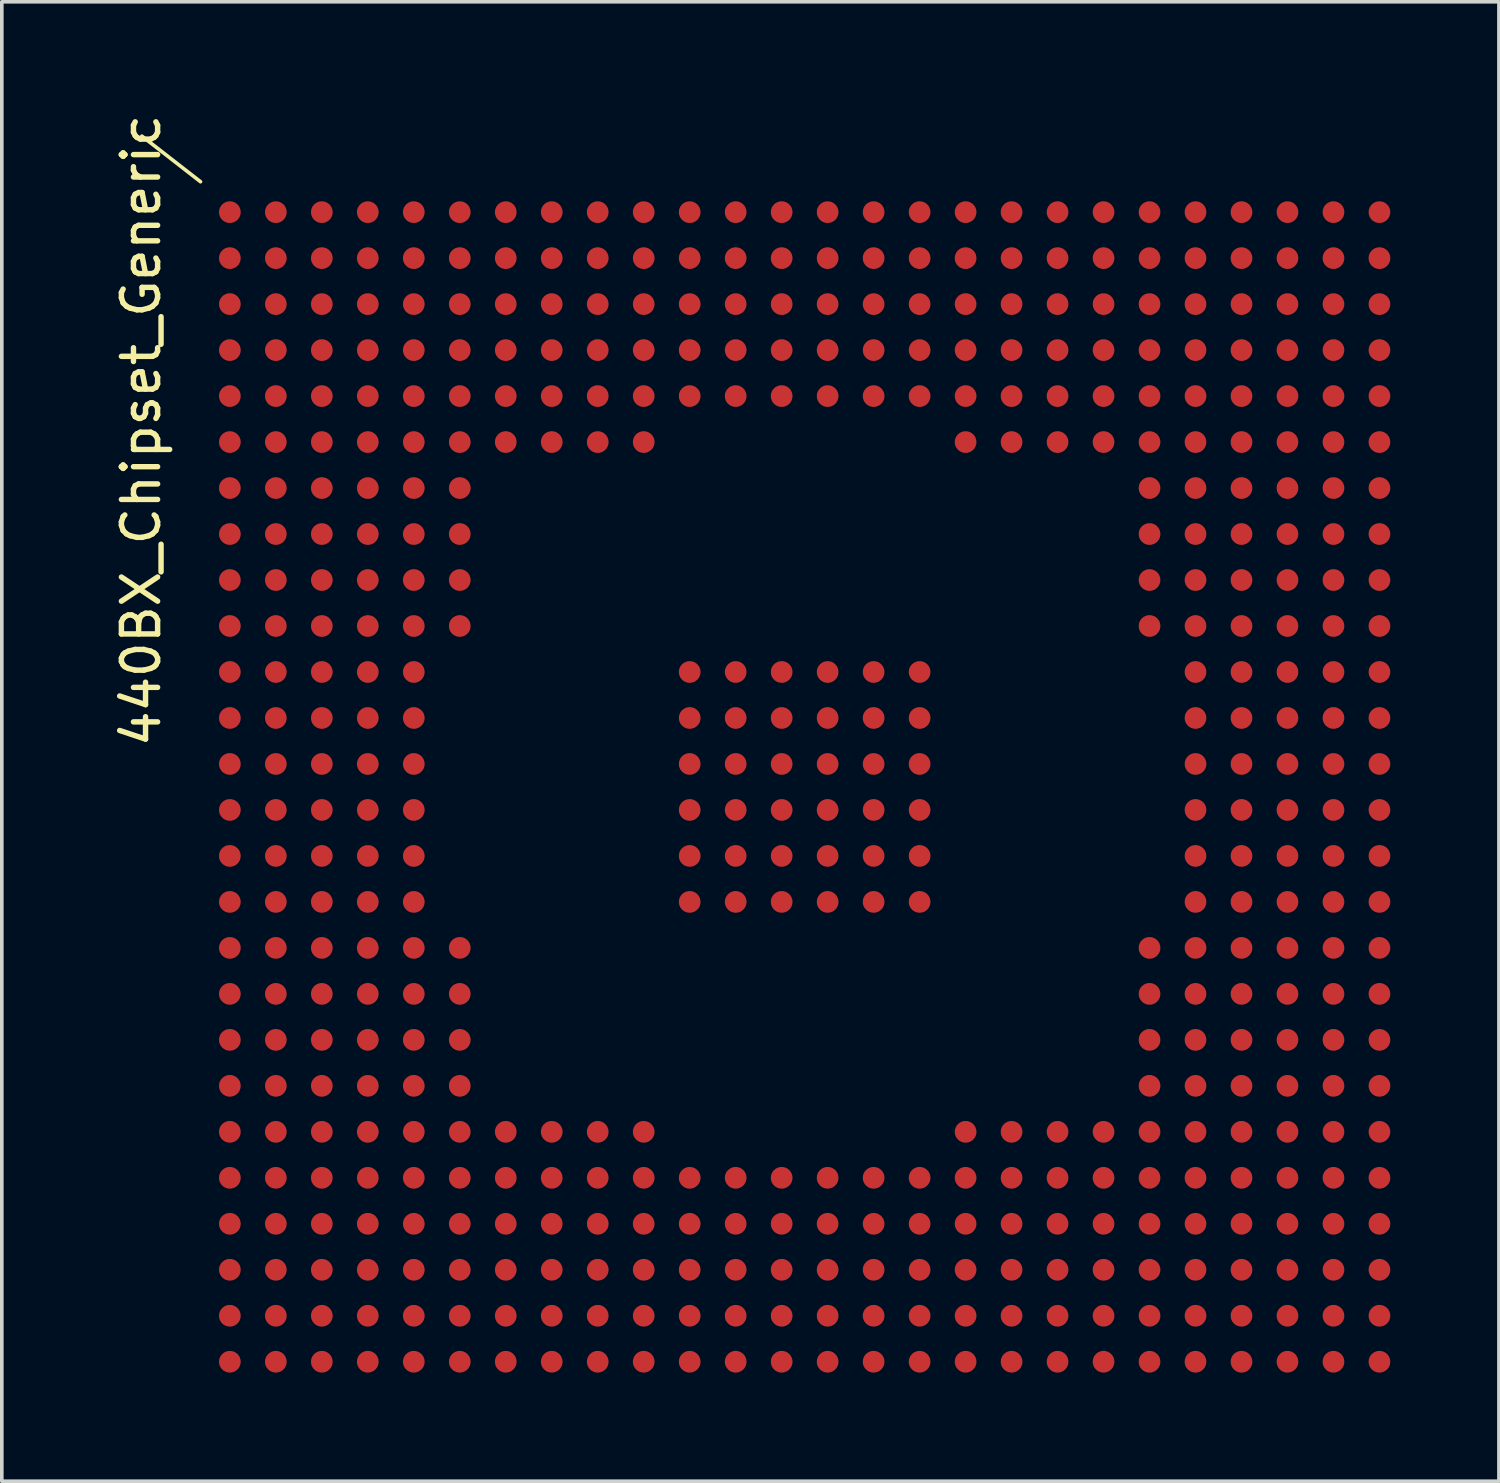
<source format=kicad_pcb>
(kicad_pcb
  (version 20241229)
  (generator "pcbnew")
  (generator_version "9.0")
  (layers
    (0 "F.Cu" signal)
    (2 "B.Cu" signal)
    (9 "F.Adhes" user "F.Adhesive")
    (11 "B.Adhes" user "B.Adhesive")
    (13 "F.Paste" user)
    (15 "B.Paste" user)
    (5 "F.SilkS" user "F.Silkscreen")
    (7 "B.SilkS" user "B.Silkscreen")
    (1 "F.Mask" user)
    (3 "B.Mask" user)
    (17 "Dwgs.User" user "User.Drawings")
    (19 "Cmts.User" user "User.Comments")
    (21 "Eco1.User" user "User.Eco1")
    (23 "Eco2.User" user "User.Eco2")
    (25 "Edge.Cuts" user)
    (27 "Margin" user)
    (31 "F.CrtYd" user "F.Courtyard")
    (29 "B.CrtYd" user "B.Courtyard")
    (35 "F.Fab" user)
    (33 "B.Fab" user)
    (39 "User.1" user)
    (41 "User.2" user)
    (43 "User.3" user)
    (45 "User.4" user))
  (footprint "440BX_Chipset_Generic"
    (layer "F.Cu")
    (at 2.938 3.289)
    (property "Reference" "440BX_Chipset_Generic" (at -2.09 5.55 270) (layer "F.SilkS") (effects (font (size 1 1) (thickness 0.15))))
    (attr through_hole)
    (fp_line (start -0.45 -1.32) (end -2.07 -2.58) (stroke (width 0.1) (type default)) (layer "F.SilkS"))
    (pad "A1" smd circle (at 0.36 -0.48 270) (size 0.6 0.6) (property pad_prop_bga) (layers "F.Cu" "F.Mask" "F.Paste"))
    (pad "A2" smd circle (at 1.63 -0.48 270) (size 0.6 0.6) (property pad_prop_bga) (layers "F.Cu" "F.Mask" "F.Paste"))
    (pad "A3" smd circle (at 2.9 -0.48 270) (size 0.6 0.6) (property pad_prop_bga) (layers "F.Cu" "F.Mask" "F.Paste"))
    (pad "A4" smd circle (at 4.17 -0.48 270) (size 0.6 0.6) (property pad_prop_bga) (layers "F.Cu" "F.Mask" "F.Paste"))
    (pad "A5" smd circle (at 5.44 -0.48 270) (size 0.6 0.6) (property pad_prop_bga) (layers "F.Cu" "F.Mask" "F.Paste"))
    (pad "A6" smd circle (at 6.71 -0.48 270) (size 0.6 0.6) (property pad_prop_bga) (layers "F.Cu" "F.Mask" "F.Paste"))
    (pad "A7" smd circle (at 7.98 -0.48 270) (size 0.6 0.6) (property pad_prop_bga) (layers "F.Cu" "F.Mask" "F.Paste"))
    (pad "A8" smd circle (at 9.25 -0.48 270) (size 0.6 0.6) (property pad_prop_bga) (layers "F.Cu" "F.Mask" "F.Paste"))
    (pad "A9" smd circle (at 10.52 -0.48 270) (size 0.6 0.6) (property pad_prop_bga) (layers "F.Cu" "F.Mask" "F.Paste"))
    (pad "A10" smd circle (at 11.79 -0.48 270) (size 0.6 0.6) (property pad_prop_bga) (layers "F.Cu" "F.Mask" "F.Paste"))
    (pad "A11" smd circle (at 13.06 -0.48 270) (size 0.6 0.6) (property pad_prop_bga) (layers "F.Cu" "F.Mask" "F.Paste"))
    (pad "A12" smd circle (at 14.33 -0.48 270) (size 0.6 0.6) (property pad_prop_bga) (layers "F.Cu" "F.Mask" "F.Paste"))
    (pad "A13" smd circle (at 15.6 -0.48 270) (size 0.6 0.6) (property pad_prop_bga) (layers "F.Cu" "F.Mask" "F.Paste"))
    (pad "A14" smd circle (at 16.87 -0.48 270) (size 0.6 0.6) (property pad_prop_bga) (layers "F.Cu" "F.Mask" "F.Paste"))
    (pad "A15" smd circle (at 18.14 -0.48 270) (size 0.6 0.6) (property pad_prop_bga) (layers "F.Cu" "F.Mask" "F.Paste"))
    (pad "A16" smd circle (at 19.41 -0.48 270) (size 0.6 0.6) (property pad_prop_bga) (layers "F.Cu" "F.Mask" "F.Paste"))
    (pad "A17" smd circle (at 20.68 -0.48 270) (size 0.6 0.6) (property pad_prop_bga) (layers "F.Cu" "F.Mask" "F.Paste"))
    (pad "A18" smd circle (at 21.95 -0.48 270) (size 0.6 0.6) (property pad_prop_bga) (layers "F.Cu" "F.Mask" "F.Paste"))
    (pad "A19" smd circle (at 23.22 -0.48 270) (size 0.6 0.6) (property pad_prop_bga) (layers "F.Cu" "F.Mask" "F.Paste"))
    (pad "A20" smd circle (at 24.49 -0.48 270) (size 0.6 0.6) (property pad_prop_bga) (layers "F.Cu" "F.Mask" "F.Paste"))
    (pad "A21" smd circle (at 25.76 -0.48 270) (size 0.6 0.6) (property pad_prop_bga) (layers "F.Cu" "F.Mask" "F.Paste"))
    (pad "A22" smd circle (at 27.03 -0.48 270) (size 0.6 0.6) (property pad_prop_bga) (layers "F.Cu" "F.Mask" "F.Paste"))
    (pad "A23" smd circle (at 28.3 -0.48 270) (size 0.6 0.6) (property pad_prop_bga) (layers "F.Cu" "F.Mask" "F.Paste"))
    (pad "A24" smd circle (at 29.57 -0.48 270) (size 0.6 0.6) (property pad_prop_bga) (layers "F.Cu" "F.Mask" "F.Paste"))
    (pad "A25" smd circle (at 30.84 -0.48 270) (size 0.6 0.6) (property pad_prop_bga) (layers "F.Cu" "F.Mask" "F.Paste"))
    (pad "A26" smd circle (at 32.11 -0.48 270) (size 0.6 0.6) (property pad_prop_bga) (layers "F.Cu" "F.Mask" "F.Paste"))
    (pad "AA1" smd circle (at 0.36 24.92 270) (size 0.6 0.6) (property pad_prop_bga) (layers "F.Cu" "F.Mask" "F.Paste"))
    (pad "AA2" smd circle (at 1.63 24.92 270) (size 0.6 0.6) (property pad_prop_bga) (layers "F.Cu" "F.Mask" "F.Paste"))
    (pad "AA3" smd circle (at 2.9 24.92 270) (size 0.6 0.6) (property pad_prop_bga) (layers "F.Cu" "F.Mask" "F.Paste"))
    (pad "AA4" smd circle (at 4.17 24.92 270) (size 0.6 0.6) (property pad_prop_bga) (layers "F.Cu" "F.Mask" "F.Paste"))
    (pad "AA5" smd circle (at 5.44 24.92 270) (size 0.6 0.6) (property pad_prop_bga) (layers "F.Cu" "F.Mask" "F.Paste"))
    (pad "AA6" smd circle (at 6.71 24.92 270) (size 0.6 0.6) (property pad_prop_bga) (layers "F.Cu" "F.Mask" "F.Paste"))
    (pad "AA7" smd circle (at 7.98 24.92 270) (size 0.6 0.6) (property pad_prop_bga) (layers "F.Cu" "F.Mask" "F.Paste"))
    (pad "AA8" smd circle (at 9.25 24.92 270) (size 0.6 0.6) (property pad_prop_bga) (layers "F.Cu" "F.Mask" "F.Paste"))
    (pad "AA9" smd circle (at 10.52 24.92 270) (size 0.6 0.6) (property pad_prop_bga) (layers "F.Cu" "F.Mask" "F.Paste"))
    (pad "AA10" smd circle (at 11.79 24.92 270) (size 0.6 0.6) (property pad_prop_bga) (layers "F.Cu" "F.Mask" "F.Paste"))
    (pad "AA17" smd circle (at 20.68 24.92 270) (size 0.6 0.6) (property pad_prop_bga) (layers "F.Cu" "F.Mask" "F.Paste"))
    (pad "AA18" smd circle (at 21.95 24.92 270) (size 0.6 0.6) (property pad_prop_bga) (layers "F.Cu" "F.Mask" "F.Paste"))
    (pad "AA19" smd circle (at 23.22 24.92 270) (size 0.6 0.6) (property pad_prop_bga) (layers "F.Cu" "F.Mask" "F.Paste"))
    (pad "AA20" smd circle (at 24.49 24.92 270) (size 0.6 0.6) (property pad_prop_bga) (layers "F.Cu" "F.Mask" "F.Paste"))
    (pad "AA21" smd circle (at 25.76 24.92 270) (size 0.6 0.6) (property pad_prop_bga) (layers "F.Cu" "F.Mask" "F.Paste"))
    (pad "AA22" smd circle (at 27.03 24.92 270) (size 0.6 0.6) (property pad_prop_bga) (layers "F.Cu" "F.Mask" "F.Paste"))
    (pad "AA23" smd circle (at 28.3 24.92 270) (size 0.6 0.6) (property pad_prop_bga) (layers "F.Cu" "F.Mask" "F.Paste"))
    (pad "AA24" smd circle (at 29.57 24.92 270) (size 0.6 0.6) (property pad_prop_bga) (layers "F.Cu" "F.Mask" "F.Paste"))
    (pad "AA25" smd circle (at 30.84 24.92 270) (size 0.6 0.6) (property pad_prop_bga) (layers "F.Cu" "F.Mask" "F.Paste"))
    (pad "AA26" smd circle (at 32.11 24.92 270) (size 0.6 0.6) (property pad_prop_bga) (layers "F.Cu" "F.Mask" "F.Paste"))
    (pad "AB1" smd circle (at 0.36 26.19 270) (size 0.6 0.6) (property pad_prop_bga) (layers "F.Cu" "F.Mask" "F.Paste"))
    (pad "AB2" smd circle (at 1.63 26.19 270) (size 0.6 0.6) (property pad_prop_bga) (layers "F.Cu" "F.Mask" "F.Paste"))
    (pad "AB3" smd circle (at 2.9 26.19 270) (size 0.6 0.6) (property pad_prop_bga) (layers "F.Cu" "F.Mask" "F.Paste"))
    (pad "AB4" smd circle (at 4.17 26.19 270) (size 0.6 0.6) (property pad_prop_bga) (layers "F.Cu" "F.Mask" "F.Paste"))
    (pad "AB5" smd circle (at 5.44 26.19 270) (size 0.6 0.6) (property pad_prop_bga) (layers "F.Cu" "F.Mask" "F.Paste"))
    (pad "AB6" smd circle (at 6.71 26.19 270) (size 0.6 0.6) (property pad_prop_bga) (layers "F.Cu" "F.Mask" "F.Paste"))
    (pad "AB7" smd circle (at 7.98 26.19 270) (size 0.6 0.6) (property pad_prop_bga) (layers "F.Cu" "F.Mask" "F.Paste"))
    (pad "AB8" smd circle (at 9.25 26.19 270) (size 0.6 0.6) (property pad_prop_bga) (layers "F.Cu" "F.Mask" "F.Paste"))
    (pad "AB9" smd circle (at 10.52 26.19 270) (size 0.6 0.6) (property pad_prop_bga) (layers "F.Cu" "F.Mask" "F.Paste"))
    (pad "AB10" smd circle (at 11.79 26.19 270) (size 0.6 0.6) (property pad_prop_bga) (layers "F.Cu" "F.Mask" "F.Paste"))
    (pad "AB11" smd circle (at 13.06 26.19 270) (size 0.6 0.6) (property pad_prop_bga) (layers "F.Cu" "F.Mask" "F.Paste"))
    (pad "AB12" smd circle (at 14.33 26.19 270) (size 0.6 0.6) (property pad_prop_bga) (layers "F.Cu" "F.Mask" "F.Paste"))
    (pad "AB13" smd circle (at 15.6 26.19 270) (size 0.6 0.6) (property pad_prop_bga) (layers "F.Cu" "F.Mask" "F.Paste"))
    (pad "AB14" smd circle (at 16.87 26.19 270) (size 0.6 0.6) (property pad_prop_bga) (layers "F.Cu" "F.Mask" "F.Paste"))
    (pad "AB15" smd circle (at 18.14 26.19 270) (size 0.6 0.6) (property pad_prop_bga) (layers "F.Cu" "F.Mask" "F.Paste"))
    (pad "AB16" smd circle (at 19.41 26.19 270) (size 0.6 0.6) (property pad_prop_bga) (layers "F.Cu" "F.Mask" "F.Paste"))
    (pad "AB17" smd circle (at 20.68 26.19 270) (size 0.6 0.6) (property pad_prop_bga) (layers "F.Cu" "F.Mask" "F.Paste"))
    (pad "AB18" smd circle (at 21.95 26.19 270) (size 0.6 0.6) (property pad_prop_bga) (layers "F.Cu" "F.Mask" "F.Paste"))
    (pad "AB19" smd circle (at 23.22 26.19 270) (size 0.6 0.6) (property pad_prop_bga) (layers "F.Cu" "F.Mask" "F.Paste"))
    (pad "AB20" smd circle (at 24.49 26.19 270) (size 0.6 0.6) (property pad_prop_bga) (layers "F.Cu" "F.Mask" "F.Paste"))
    (pad "AB21" smd circle (at 25.76 26.19 270) (size 0.6 0.6) (property pad_prop_bga) (layers "F.Cu" "F.Mask" "F.Paste"))
    (pad "AB22" smd circle (at 27.03 26.19 270) (size 0.6 0.6) (property pad_prop_bga) (layers "F.Cu" "F.Mask" "F.Paste"))
    (pad "AB23" smd circle (at 28.3 26.19 270) (size 0.6 0.6) (property pad_prop_bga) (layers "F.Cu" "F.Mask" "F.Paste"))
    (pad "AB24" smd circle (at 29.57 26.19 270) (size 0.6 0.6) (property pad_prop_bga) (layers "F.Cu" "F.Mask" "F.Paste"))
    (pad "AB25" smd circle (at 30.84 26.19 270) (size 0.6 0.6) (property pad_prop_bga) (layers "F.Cu" "F.Mask" "F.Paste"))
    (pad "AB26" smd circle (at 32.11 26.19 270) (size 0.6 0.6) (property pad_prop_bga) (layers "F.Cu" "F.Mask" "F.Paste"))
    (pad "AC1" smd circle (at 0.36 27.46 270) (size 0.6 0.6) (property pad_prop_bga) (layers "F.Cu" "F.Mask" "F.Paste"))
    (pad "AC2" smd circle (at 1.63 27.46 270) (size 0.6 0.6) (property pad_prop_bga) (layers "F.Cu" "F.Mask" "F.Paste"))
    (pad "AC3" smd circle (at 2.9 27.46 270) (size 0.6 0.6) (property pad_prop_bga) (layers "F.Cu" "F.Mask" "F.Paste"))
    (pad "AC4" smd circle (at 4.17 27.46 270) (size 0.6 0.6) (property pad_prop_bga) (layers "F.Cu" "F.Mask" "F.Paste"))
    (pad "AC5" smd circle (at 5.44 27.46 270) (size 0.6 0.6) (property pad_prop_bga) (layers "F.Cu" "F.Mask" "F.Paste"))
    (pad "AC6" smd circle (at 6.71 27.46 270) (size 0.6 0.6) (property pad_prop_bga) (layers "F.Cu" "F.Mask" "F.Paste"))
    (pad "AC7" smd circle (at 7.98 27.46 270) (size 0.6 0.6) (property pad_prop_bga) (layers "F.Cu" "F.Mask" "F.Paste"))
    (pad "AC8" smd circle (at 9.25 27.46 270) (size 0.6 0.6) (property pad_prop_bga) (layers "F.Cu" "F.Mask" "F.Paste"))
    (pad "AC9" smd circle (at 10.52 27.46 270) (size 0.6 0.6) (property pad_prop_bga) (layers "F.Cu" "F.Mask" "F.Paste"))
    (pad "AC10" smd circle (at 11.79 27.46 270) (size 0.6 0.6) (property pad_prop_bga) (layers "F.Cu" "F.Mask" "F.Paste"))
    (pad "AC11" smd circle (at 13.06 27.46 270) (size 0.6 0.6) (property pad_prop_bga) (layers "F.Cu" "F.Mask" "F.Paste"))
    (pad "AC12" smd circle (at 14.33 27.46 270) (size 0.6 0.6) (property pad_prop_bga) (layers "F.Cu" "F.Mask" "F.Paste"))
    (pad "AC13" smd circle (at 15.6 27.46 270) (size 0.6 0.6) (property pad_prop_bga) (layers "F.Cu" "F.Mask" "F.Paste"))
    (pad "AC14" smd circle (at 16.87 27.46 270) (size 0.6 0.6) (property pad_prop_bga) (layers "F.Cu" "F.Mask" "F.Paste"))
    (pad "AC15" smd circle (at 18.14 27.46 270) (size 0.6 0.6) (property pad_prop_bga) (layers "F.Cu" "F.Mask" "F.Paste"))
    (pad "AC16" smd circle (at 19.41 27.46 270) (size 0.6 0.6) (property pad_prop_bga) (layers "F.Cu" "F.Mask" "F.Paste"))
    (pad "AC17" smd circle (at 20.68 27.46 270) (size 0.6 0.6) (property pad_prop_bga) (layers "F.Cu" "F.Mask" "F.Paste"))
    (pad "AC18" smd circle (at 21.95 27.46 270) (size 0.6 0.6) (property pad_prop_bga) (layers "F.Cu" "F.Mask" "F.Paste"))
    (pad "AC19" smd circle (at 23.22 27.46 270) (size 0.6 0.6) (property pad_prop_bga) (layers "F.Cu" "F.Mask" "F.Paste"))
    (pad "AC20" smd circle (at 24.49 27.46 270) (size 0.6 0.6) (property pad_prop_bga) (layers "F.Cu" "F.Mask" "F.Paste"))
    (pad "AC21" smd circle (at 25.76 27.46 270) (size 0.6 0.6) (property pad_prop_bga) (layers "F.Cu" "F.Mask" "F.Paste"))
    (pad "AC22" smd circle (at 27.03 27.46 270) (size 0.6 0.6) (property pad_prop_bga) (layers "F.Cu" "F.Mask" "F.Paste"))
    (pad "AC23" smd circle (at 28.3 27.46 270) (size 0.6 0.6) (property pad_prop_bga) (layers "F.Cu" "F.Mask" "F.Paste"))
    (pad "AC24" smd circle (at 29.57 27.46 270) (size 0.6 0.6) (property pad_prop_bga) (layers "F.Cu" "F.Mask" "F.Paste"))
    (pad "AC25" smd circle (at 30.84 27.46 270) (size 0.6 0.6) (property pad_prop_bga) (layers "F.Cu" "F.Mask" "F.Paste"))
    (pad "AC26" smd circle (at 32.11 27.46 270) (size 0.6 0.6) (property pad_prop_bga) (layers "F.Cu" "F.Mask" "F.Paste"))
    (pad "AD1" smd circle (at 0.36 28.73 270) (size 0.6 0.6) (property pad_prop_bga) (layers "F.Cu" "F.Mask" "F.Paste"))
    (pad "AD2" smd circle (at 1.63 28.73 270) (size 0.6 0.6) (property pad_prop_bga) (layers "F.Cu" "F.Mask" "F.Paste"))
    (pad "AD3" smd circle (at 2.9 28.73 270) (size 0.6 0.6) (property pad_prop_bga) (layers "F.Cu" "F.Mask" "F.Paste"))
    (pad "AD4" smd circle (at 4.17 28.73 270) (size 0.6 0.6) (property pad_prop_bga) (layers "F.Cu" "F.Mask" "F.Paste"))
    (pad "AD5" smd circle (at 5.44 28.73 270) (size 0.6 0.6) (property pad_prop_bga) (layers "F.Cu" "F.Mask" "F.Paste"))
    (pad "AD6" smd circle (at 6.71 28.73 270) (size 0.6 0.6) (property pad_prop_bga) (layers "F.Cu" "F.Mask" "F.Paste"))
    (pad "AD7" smd circle (at 7.98 28.73 270) (size 0.6 0.6) (property pad_prop_bga) (layers "F.Cu" "F.Mask" "F.Paste"))
    (pad "AD8" smd circle (at 9.25 28.73 270) (size 0.6 0.6) (property pad_prop_bga) (layers "F.Cu" "F.Mask" "F.Paste"))
    (pad "AD9" smd circle (at 10.52 28.73 270) (size 0.6 0.6) (property pad_prop_bga) (layers "F.Cu" "F.Mask" "F.Paste"))
    (pad "AD10" smd circle (at 11.79 28.73 270) (size 0.6 0.6) (property pad_prop_bga) (layers "F.Cu" "F.Mask" "F.Paste"))
    (pad "AD11" smd circle (at 13.06 28.73 270) (size 0.6 0.6) (property pad_prop_bga) (layers "F.Cu" "F.Mask" "F.Paste"))
    (pad "AD12" smd circle (at 14.33 28.73 270) (size 0.6 0.6) (property pad_prop_bga) (layers "F.Cu" "F.Mask" "F.Paste"))
    (pad "AD13" smd circle (at 15.6 28.73 270) (size 0.6 0.6) (property pad_prop_bga) (layers "F.Cu" "F.Mask" "F.Paste"))
    (pad "AD14" smd circle (at 16.87 28.73 270) (size 0.6 0.6) (property pad_prop_bga) (layers "F.Cu" "F.Mask" "F.Paste"))
    (pad "AD15" smd circle (at 18.14 28.73 270) (size 0.6 0.6) (property pad_prop_bga) (layers "F.Cu" "F.Mask" "F.Paste"))
    (pad "AD16" smd circle (at 19.41 28.73 270) (size 0.6 0.6) (property pad_prop_bga) (layers "F.Cu" "F.Mask" "F.Paste"))
    (pad "AD17" smd circle (at 20.68 28.73 270) (size 0.6 0.6) (property pad_prop_bga) (layers "F.Cu" "F.Mask" "F.Paste"))
    (pad "AD18" smd circle (at 21.95 28.73 270) (size 0.6 0.6) (property pad_prop_bga) (layers "F.Cu" "F.Mask" "F.Paste"))
    (pad "AD19" smd circle (at 23.22 28.73 270) (size 0.6 0.6) (property pad_prop_bga) (layers "F.Cu" "F.Mask" "F.Paste"))
    (pad "AD20" smd circle (at 24.49 28.73 270) (size 0.6 0.6) (property pad_prop_bga) (layers "F.Cu" "F.Mask" "F.Paste"))
    (pad "AD21" smd circle (at 25.76 28.73 270) (size 0.6 0.6) (property pad_prop_bga) (layers "F.Cu" "F.Mask" "F.Paste"))
    (pad "AD22" smd circle (at 27.03 28.73 270) (size 0.6 0.6) (property pad_prop_bga) (layers "F.Cu" "F.Mask" "F.Paste"))
    (pad "AD23" smd circle (at 28.3 28.73 270) (size 0.6 0.6) (property pad_prop_bga) (layers "F.Cu" "F.Mask" "F.Paste"))
    (pad "AD24" smd circle (at 29.57 28.73 270) (size 0.6 0.6) (property pad_prop_bga) (layers "F.Cu" "F.Mask" "F.Paste"))
    (pad "AD25" smd circle (at 30.84 28.73 270) (size 0.6 0.6) (property pad_prop_bga) (layers "F.Cu" "F.Mask" "F.Paste"))
    (pad "AD26" smd circle (at 32.11 28.73 270) (size 0.6 0.6) (property pad_prop_bga) (layers "F.Cu" "F.Mask" "F.Paste"))
    (pad "AE1" smd circle (at 0.36 30 270) (size 0.6 0.6) (property pad_prop_bga) (layers "F.Cu" "F.Mask" "F.Paste"))
    (pad "AE2" smd circle (at 1.63 30 270) (size 0.6 0.6) (property pad_prop_bga) (layers "F.Cu" "F.Mask" "F.Paste"))
    (pad "AE3" smd circle (at 2.9 30 270) (size 0.6 0.6) (property pad_prop_bga) (layers "F.Cu" "F.Mask" "F.Paste"))
    (pad "AE4" smd circle (at 4.17 30 270) (size 0.6 0.6) (property pad_prop_bga) (layers "F.Cu" "F.Mask" "F.Paste"))
    (pad "AE5" smd circle (at 5.44 30 270) (size 0.6 0.6) (property pad_prop_bga) (layers "F.Cu" "F.Mask" "F.Paste"))
    (pad "AE6" smd circle (at 6.71 30 270) (size 0.6 0.6) (property pad_prop_bga) (layers "F.Cu" "F.Mask" "F.Paste"))
    (pad "AE7" smd circle (at 7.98 30 270) (size 0.6 0.6) (property pad_prop_bga) (layers "F.Cu" "F.Mask" "F.Paste"))
    (pad "AE8" smd circle (at 9.25 30 270) (size 0.6 0.6) (property pad_prop_bga) (layers "F.Cu" "F.Mask" "F.Paste"))
    (pad "AE9" smd circle (at 10.52 30 270) (size 0.6 0.6) (property pad_prop_bga) (layers "F.Cu" "F.Mask" "F.Paste"))
    (pad "AE10" smd circle (at 11.79 30 270) (size 0.6 0.6) (property pad_prop_bga) (layers "F.Cu" "F.Mask" "F.Paste"))
    (pad "AE11" smd circle (at 13.06 30 270) (size 0.6 0.6) (property pad_prop_bga) (layers "F.Cu" "F.Mask" "F.Paste"))
    (pad "AE12" smd circle (at 14.33 30 270) (size 0.6 0.6) (property pad_prop_bga) (layers "F.Cu" "F.Mask" "F.Paste"))
    (pad "AE13" smd circle (at 15.6 30 270) (size 0.6 0.6) (property pad_prop_bga) (layers "F.Cu" "F.Mask" "F.Paste"))
    (pad "AE14" smd circle (at 16.87 30 270) (size 0.6 0.6) (property pad_prop_bga) (layers "F.Cu" "F.Mask" "F.Paste"))
    (pad "AE15" smd circle (at 18.14 30 270) (size 0.6 0.6) (property pad_prop_bga) (layers "F.Cu" "F.Mask" "F.Paste"))
    (pad "AE16" smd circle (at 19.41 30 270) (size 0.6 0.6) (property pad_prop_bga) (layers "F.Cu" "F.Mask" "F.Paste"))
    (pad "AE17" smd circle (at 20.68 30 270) (size 0.6 0.6) (property pad_prop_bga) (layers "F.Cu" "F.Mask" "F.Paste"))
    (pad "AE18" smd circle (at 21.95 30 270) (size 0.6 0.6) (property pad_prop_bga) (layers "F.Cu" "F.Mask" "F.Paste"))
    (pad "AE19" smd circle (at 23.22 30 270) (size 0.6 0.6) (property pad_prop_bga) (layers "F.Cu" "F.Mask" "F.Paste"))
    (pad "AE20" smd circle (at 24.49 30 270) (size 0.6 0.6) (property pad_prop_bga) (layers "F.Cu" "F.Mask" "F.Paste"))
    (pad "AE21" smd circle (at 25.76 30 270) (size 0.6 0.6) (property pad_prop_bga) (layers "F.Cu" "F.Mask" "F.Paste"))
    (pad "AE22" smd circle (at 27.03 30 270) (size 0.6 0.6) (property pad_prop_bga) (layers "F.Cu" "F.Mask" "F.Paste"))
    (pad "AE23" smd circle (at 28.3 30 270) (size 0.6 0.6) (property pad_prop_bga) (layers "F.Cu" "F.Mask" "F.Paste"))
    (pad "AE24" smd circle (at 29.57 30 270) (size 0.6 0.6) (property pad_prop_bga) (layers "F.Cu" "F.Mask" "F.Paste"))
    (pad "AE25" smd circle (at 30.84 30 270) (size 0.6 0.6) (property pad_prop_bga) (layers "F.Cu" "F.Mask" "F.Paste"))
    (pad "AE26" smd circle (at 32.11 30 270) (size 0.6 0.6) (property pad_prop_bga) (layers "F.Cu" "F.Mask" "F.Paste"))
    (pad "AF1" smd circle (at 0.36 31.27 270) (size 0.6 0.6) (property pad_prop_bga) (layers "F.Cu" "F.Mask" "F.Paste"))
    (pad "AF2" smd circle (at 1.63 31.27 270) (size 0.6 0.6) (property pad_prop_bga) (layers "F.Cu" "F.Mask" "F.Paste"))
    (pad "AF3" smd circle (at 2.9 31.27 270) (size 0.6 0.6) (property pad_prop_bga) (layers "F.Cu" "F.Mask" "F.Paste"))
    (pad "AF4" smd circle (at 4.17 31.27 270) (size 0.6 0.6) (property pad_prop_bga) (layers "F.Cu" "F.Mask" "F.Paste"))
    (pad "AF5" smd circle (at 5.44 31.27 270) (size 0.6 0.6) (property pad_prop_bga) (layers "F.Cu" "F.Mask" "F.Paste"))
    (pad "AF6" smd circle (at 6.71 31.27 270) (size 0.6 0.6) (property pad_prop_bga) (layers "F.Cu" "F.Mask" "F.Paste"))
    (pad "AF7" smd circle (at 7.98 31.27 270) (size 0.6 0.6) (property pad_prop_bga) (layers "F.Cu" "F.Mask" "F.Paste"))
    (pad "AF8" smd circle (at 9.25 31.27 270) (size 0.6 0.6) (property pad_prop_bga) (layers "F.Cu" "F.Mask" "F.Paste"))
    (pad "AF9" smd circle (at 10.52 31.27 270) (size 0.6 0.6) (property pad_prop_bga) (layers "F.Cu" "F.Mask" "F.Paste"))
    (pad "AF10" smd circle (at 11.79 31.27 270) (size 0.6 0.6) (property pad_prop_bga) (layers "F.Cu" "F.Mask" "F.Paste"))
    (pad "AF11" smd circle (at 13.06 31.27 270) (size 0.6 0.6) (property pad_prop_bga) (layers "F.Cu" "F.Mask" "F.Paste"))
    (pad "AF12" smd circle (at 14.33 31.27 270) (size 0.6 0.6) (property pad_prop_bga) (layers "F.Cu" "F.Mask" "F.Paste"))
    (pad "AF13" smd circle (at 15.6 31.27 270) (size 0.6 0.6) (property pad_prop_bga) (layers "F.Cu" "F.Mask" "F.Paste"))
    (pad "AF14" smd circle (at 16.87 31.27 270) (size 0.6 0.6) (property pad_prop_bga) (layers "F.Cu" "F.Mask" "F.Paste"))
    (pad "AF15" smd circle (at 18.14 31.27 270) (size 0.6 0.6) (property pad_prop_bga) (layers "F.Cu" "F.Mask" "F.Paste"))
    (pad "AF16" smd circle (at 19.41 31.27 270) (size 0.6 0.6) (property pad_prop_bga) (layers "F.Cu" "F.Mask" "F.Paste"))
    (pad "AF17" smd circle (at 20.68 31.27 270) (size 0.6 0.6) (property pad_prop_bga) (layers "F.Cu" "F.Mask" "F.Paste"))
    (pad "AF18" smd circle (at 21.95 31.27 270) (size 0.6 0.6) (property pad_prop_bga) (layers "F.Cu" "F.Mask" "F.Paste"))
    (pad "AF19" smd circle (at 23.22 31.27 270) (size 0.6 0.6) (property pad_prop_bga) (layers "F.Cu" "F.Mask" "F.Paste"))
    (pad "AF20" smd circle (at 24.49 31.27 270) (size 0.6 0.6) (property pad_prop_bga) (layers "F.Cu" "F.Mask" "F.Paste"))
    (pad "AF21" smd circle (at 25.76 31.27 270) (size 0.6 0.6) (property pad_prop_bga) (layers "F.Cu" "F.Mask" "F.Paste"))
    (pad "AF22" smd circle (at 27.03 31.27 270) (size 0.6 0.6) (property pad_prop_bga) (layers "F.Cu" "F.Mask" "F.Paste"))
    (pad "AF23" smd circle (at 28.3 31.27 270) (size 0.6 0.6) (property pad_prop_bga) (layers "F.Cu" "F.Mask" "F.Paste"))
    (pad "AF24" smd circle (at 29.57 31.27 270) (size 0.6 0.6) (property pad_prop_bga) (layers "F.Cu" "F.Mask" "F.Paste"))
    (pad "AF25" smd circle (at 30.84 31.27 270) (size 0.6 0.6) (property pad_prop_bga) (layers "F.Cu" "F.Mask" "F.Paste"))
    (pad "AF26" smd circle (at 32.11 31.27 270) (size 0.6 0.6) (property pad_prop_bga) (layers "F.Cu" "F.Mask" "F.Paste"))
    (pad "B1" smd circle (at 0.36 0.79 270) (size 0.6 0.6) (property pad_prop_bga) (layers "F.Cu" "F.Mask" "F.Paste"))
    (pad "B2" smd circle (at 1.63 0.79 270) (size 0.6 0.6) (property pad_prop_bga) (layers "F.Cu" "F.Mask" "F.Paste"))
    (pad "B3" smd circle (at 2.9 0.79 270) (size 0.6 0.6) (property pad_prop_bga) (layers "F.Cu" "F.Mask" "F.Paste"))
    (pad "B4" smd circle (at 4.17 0.79 270) (size 0.6 0.6) (property pad_prop_bga) (layers "F.Cu" "F.Mask" "F.Paste"))
    (pad "B5" smd circle (at 5.44 0.79 270) (size 0.6 0.6) (property pad_prop_bga) (layers "F.Cu" "F.Mask" "F.Paste"))
    (pad "B6" smd circle (at 6.71 0.79 270) (size 0.6 0.6) (property pad_prop_bga) (layers "F.Cu" "F.Mask" "F.Paste"))
    (pad "B7" smd circle (at 7.98 0.79 270) (size 0.6 0.6) (property pad_prop_bga) (layers "F.Cu" "F.Mask" "F.Paste"))
    (pad "B8" smd circle (at 9.25 0.79 270) (size 0.6 0.6) (property pad_prop_bga) (layers "F.Cu" "F.Mask" "F.Paste"))
    (pad "B9" smd circle (at 10.52 0.79 270) (size 0.6 0.6) (property pad_prop_bga) (layers "F.Cu" "F.Mask" "F.Paste"))
    (pad "B10" smd circle (at 11.79 0.79 270) (size 0.6 0.6) (property pad_prop_bga) (layers "F.Cu" "F.Mask" "F.Paste"))
    (pad "B11" smd circle (at 13.06 0.79 270) (size 0.6 0.6) (property pad_prop_bga) (layers "F.Cu" "F.Mask" "F.Paste"))
    (pad "B12" smd circle (at 14.33 0.79 270) (size 0.6 0.6) (property pad_prop_bga) (layers "F.Cu" "F.Mask" "F.Paste"))
    (pad "B13" smd circle (at 15.6 0.79 270) (size 0.6 0.6) (property pad_prop_bga) (layers "F.Cu" "F.Mask" "F.Paste"))
    (pad "B14" smd circle (at 16.87 0.79 270) (size 0.6 0.6) (property pad_prop_bga) (layers "F.Cu" "F.Mask" "F.Paste"))
    (pad "B15" smd circle (at 18.14 0.79 270) (size 0.6 0.6) (property pad_prop_bga) (layers "F.Cu" "F.Mask" "F.Paste"))
    (pad "B16" smd circle (at 19.41 0.79 270) (size 0.6 0.6) (property pad_prop_bga) (layers "F.Cu" "F.Mask" "F.Paste"))
    (pad "B17" smd circle (at 20.68 0.79 270) (size 0.6 0.6) (property pad_prop_bga) (layers "F.Cu" "F.Mask" "F.Paste"))
    (pad "B18" smd circle (at 21.95 0.79 270) (size 0.6 0.6) (property pad_prop_bga) (layers "F.Cu" "F.Mask" "F.Paste"))
    (pad "B19" smd circle (at 23.22 0.79 270) (size 0.6 0.6) (property pad_prop_bga) (layers "F.Cu" "F.Mask" "F.Paste"))
    (pad "B20" smd circle (at 24.49 0.79 270) (size 0.6 0.6) (property pad_prop_bga) (layers "F.Cu" "F.Mask" "F.Paste"))
    (pad "B21" smd circle (at 25.76 0.79 270) (size 0.6 0.6) (property pad_prop_bga) (layers "F.Cu" "F.Mask" "F.Paste"))
    (pad "B22" smd circle (at 27.03 0.79 270) (size 0.6 0.6) (property pad_prop_bga) (layers "F.Cu" "F.Mask" "F.Paste"))
    (pad "B23" smd circle (at 28.3 0.79 270) (size 0.6 0.6) (property pad_prop_bga) (layers "F.Cu" "F.Mask" "F.Paste"))
    (pad "B24" smd circle (at 29.57 0.79 270) (size 0.6 0.6) (property pad_prop_bga) (layers "F.Cu" "F.Mask" "F.Paste"))
    (pad "B25" smd circle (at 30.84 0.79 270) (size 0.6 0.6) (property pad_prop_bga) (layers "F.Cu" "F.Mask" "F.Paste"))
    (pad "B26" smd circle (at 32.11 0.79 270) (size 0.6 0.6) (property pad_prop_bga) (layers "F.Cu" "F.Mask" "F.Paste"))
    (pad "C1" smd circle (at 0.36 2.06 270) (size 0.6 0.6) (property pad_prop_bga) (layers "F.Cu" "F.Mask" "F.Paste"))
    (pad "C2" smd circle (at 1.63 2.06 270) (size 0.6 0.6) (property pad_prop_bga) (layers "F.Cu" "F.Mask" "F.Paste"))
    (pad "C3" smd circle (at 2.9 2.06 270) (size 0.6 0.6) (property pad_prop_bga) (layers "F.Cu" "F.Mask" "F.Paste"))
    (pad "C4" smd circle (at 4.17 2.06 270) (size 0.6 0.6) (property pad_prop_bga) (layers "F.Cu" "F.Mask" "F.Paste"))
    (pad "C5" smd circle (at 5.44 2.06 270) (size 0.6 0.6) (property pad_prop_bga) (layers "F.Cu" "F.Mask" "F.Paste"))
    (pad "C6" smd circle (at 6.71 2.06 270) (size 0.6 0.6) (property pad_prop_bga) (layers "F.Cu" "F.Mask" "F.Paste"))
    (pad "C7" smd circle (at 7.98 2.06 270) (size 0.6 0.6) (property pad_prop_bga) (layers "F.Cu" "F.Mask" "F.Paste"))
    (pad "C8" smd circle (at 9.25 2.06 270) (size 0.6 0.6) (property pad_prop_bga) (layers "F.Cu" "F.Mask" "F.Paste"))
    (pad "C9" smd circle (at 10.52 2.06 270) (size 0.6 0.6) (property pad_prop_bga) (layers "F.Cu" "F.Mask" "F.Paste"))
    (pad "C10" smd circle (at 11.79 2.06 270) (size 0.6 0.6) (property pad_prop_bga) (layers "F.Cu" "F.Mask" "F.Paste"))
    (pad "C11" smd circle (at 13.06 2.06 270) (size 0.6 0.6) (property pad_prop_bga) (layers "F.Cu" "F.Mask" "F.Paste"))
    (pad "C12" smd circle (at 14.33 2.06 270) (size 0.6 0.6) (property pad_prop_bga) (layers "F.Cu" "F.Mask" "F.Paste"))
    (pad "C13" smd circle (at 15.6 2.06 270) (size 0.6 0.6) (property pad_prop_bga) (layers "F.Cu" "F.Mask" "F.Paste"))
    (pad "C14" smd circle (at 16.87 2.06 270) (size 0.6 0.6) (property pad_prop_bga) (layers "F.Cu" "F.Mask" "F.Paste"))
    (pad "C15" smd circle (at 18.14 2.06 270) (size 0.6 0.6) (property pad_prop_bga) (layers "F.Cu" "F.Mask" "F.Paste"))
    (pad "C16" smd circle (at 19.41 2.06 270) (size 0.6 0.6) (property pad_prop_bga) (layers "F.Cu" "F.Mask" "F.Paste"))
    (pad "C17" smd circle (at 20.68 2.06 270) (size 0.6 0.6) (property pad_prop_bga) (layers "F.Cu" "F.Mask" "F.Paste"))
    (pad "C18" smd circle (at 21.95 2.06 270) (size 0.6 0.6) (property pad_prop_bga) (layers "F.Cu" "F.Mask" "F.Paste"))
    (pad "C19" smd circle (at 23.22 2.06 270) (size 0.6 0.6) (property pad_prop_bga) (layers "F.Cu" "F.Mask" "F.Paste"))
    (pad "C20" smd circle (at 24.49 2.06 270) (size 0.6 0.6) (property pad_prop_bga) (layers "F.Cu" "F.Mask" "F.Paste"))
    (pad "C21" smd circle (at 25.76 2.06 270) (size 0.6 0.6) (property pad_prop_bga) (layers "F.Cu" "F.Mask" "F.Paste"))
    (pad "C22" smd circle (at 27.03 2.06 270) (size 0.6 0.6) (property pad_prop_bga) (layers "F.Cu" "F.Mask" "F.Paste"))
    (pad "C23" smd circle (at 28.3 2.06 270) (size 0.6 0.6) (property pad_prop_bga) (layers "F.Cu" "F.Mask" "F.Paste"))
    (pad "C24" smd circle (at 29.57 2.06 270) (size 0.6 0.6) (property pad_prop_bga) (layers "F.Cu" "F.Mask" "F.Paste"))
    (pad "C25" smd circle (at 30.84 2.06 270) (size 0.6 0.6) (property pad_prop_bga) (layers "F.Cu" "F.Mask" "F.Paste"))
    (pad "C26" smd circle (at 32.11 2.06 270) (size 0.6 0.6) (property pad_prop_bga) (layers "F.Cu" "F.Mask" "F.Paste"))
    (pad "D1" smd circle (at 0.36 3.33 270) (size 0.6 0.6) (property pad_prop_bga) (layers "F.Cu" "F.Mask" "F.Paste"))
    (pad "D2" smd circle (at 1.63 3.33 270) (size 0.6 0.6) (property pad_prop_bga) (layers "F.Cu" "F.Mask" "F.Paste"))
    (pad "D3" smd circle (at 2.9 3.33 270) (size 0.6 0.6) (property pad_prop_bga) (layers "F.Cu" "F.Mask" "F.Paste"))
    (pad "D4" smd circle (at 4.17 3.33 270) (size 0.6 0.6) (property pad_prop_bga) (layers "F.Cu" "F.Mask" "F.Paste"))
    (pad "D5" smd circle (at 5.44 3.33 270) (size 0.6 0.6) (property pad_prop_bga) (layers "F.Cu" "F.Mask" "F.Paste"))
    (pad "D6" smd circle (at 6.71 3.33 270) (size 0.6 0.6) (property pad_prop_bga) (layers "F.Cu" "F.Mask" "F.Paste"))
    (pad "D7" smd circle (at 7.98 3.33 270) (size 0.6 0.6) (property pad_prop_bga) (layers "F.Cu" "F.Mask" "F.Paste"))
    (pad "D8" smd circle (at 9.25 3.33 270) (size 0.6 0.6) (property pad_prop_bga) (layers "F.Cu" "F.Mask" "F.Paste"))
    (pad "D9" smd circle (at 10.52 3.33 270) (size 0.6 0.6) (property pad_prop_bga) (layers "F.Cu" "F.Mask" "F.Paste"))
    (pad "D10" smd circle (at 11.79 3.33 270) (size 0.6 0.6) (property pad_prop_bga) (layers "F.Cu" "F.Mask" "F.Paste"))
    (pad "D11" smd circle (at 13.06 3.33 270) (size 0.6 0.6) (property pad_prop_bga) (layers "F.Cu" "F.Mask" "F.Paste"))
    (pad "D12" smd circle (at 14.33 3.33 270) (size 0.6 0.6) (property pad_prop_bga) (layers "F.Cu" "F.Mask" "F.Paste"))
    (pad "D13" smd circle (at 15.6 3.33 270) (size 0.6 0.6) (property pad_prop_bga) (layers "F.Cu" "F.Mask" "F.Paste"))
    (pad "D14" smd circle (at 16.87 3.33 270) (size 0.6 0.6) (property pad_prop_bga) (layers "F.Cu" "F.Mask" "F.Paste"))
    (pad "D15" smd circle (at 18.14 3.33 270) (size 0.6 0.6) (property pad_prop_bga) (layers "F.Cu" "F.Mask" "F.Paste"))
    (pad "D16" smd circle (at 19.41 3.33 270) (size 0.6 0.6) (property pad_prop_bga) (layers "F.Cu" "F.Mask" "F.Paste"))
    (pad "D17" smd circle (at 20.68 3.33 270) (size 0.6 0.6) (property pad_prop_bga) (layers "F.Cu" "F.Mask" "F.Paste"))
    (pad "D18" smd circle (at 21.95 3.33 270) (size 0.6 0.6) (property pad_prop_bga) (layers "F.Cu" "F.Mask" "F.Paste"))
    (pad "D19" smd circle (at 23.22 3.33 270) (size 0.6 0.6) (property pad_prop_bga) (layers "F.Cu" "F.Mask" "F.Paste"))
    (pad "D20" smd circle (at 24.49 3.33 270) (size 0.6 0.6) (property pad_prop_bga) (layers "F.Cu" "F.Mask" "F.Paste"))
    (pad "D21" smd circle (at 25.76 3.33 270) (size 0.6 0.6) (property pad_prop_bga) (layers "F.Cu" "F.Mask" "F.Paste"))
    (pad "D22" smd circle (at 27.03 3.33 270) (size 0.6 0.6) (property pad_prop_bga) (layers "F.Cu" "F.Mask" "F.Paste"))
    (pad "D23" smd circle (at 28.3 3.33 270) (size 0.6 0.6) (property pad_prop_bga) (layers "F.Cu" "F.Mask" "F.Paste"))
    (pad "D24" smd circle (at 29.57 3.33 270) (size 0.6 0.6) (property pad_prop_bga) (layers "F.Cu" "F.Mask" "F.Paste"))
    (pad "D25" smd circle (at 30.84 3.33 270) (size 0.6 0.6) (property pad_prop_bga) (layers "F.Cu" "F.Mask" "F.Paste"))
    (pad "D26" smd circle (at 32.11 3.33 270) (size 0.6 0.6) (property pad_prop_bga) (layers "F.Cu" "F.Mask" "F.Paste"))
    (pad "E1" smd circle (at 0.36 4.6 270) (size 0.6 0.6) (property pad_prop_bga) (layers "F.Cu" "F.Mask" "F.Paste"))
    (pad "E2" smd circle (at 1.63 4.6 270) (size 0.6 0.6) (property pad_prop_bga) (layers "F.Cu" "F.Mask" "F.Paste"))
    (pad "E3" smd circle (at 2.9 4.6 270) (size 0.6 0.6) (property pad_prop_bga) (layers "F.Cu" "F.Mask" "F.Paste"))
    (pad "E4" smd circle (at 4.17 4.6 270) (size 0.6 0.6) (property pad_prop_bga) (layers "F.Cu" "F.Mask" "F.Paste"))
    (pad "E5" smd circle (at 5.44 4.6 270) (size 0.6 0.6) (property pad_prop_bga) (layers "F.Cu" "F.Mask" "F.Paste"))
    (pad "E6" smd circle (at 6.71 4.6 270) (size 0.6 0.6) (property pad_prop_bga) (layers "F.Cu" "F.Mask" "F.Paste"))
    (pad "E7" smd circle (at 7.98 4.6 270) (size 0.6 0.6) (property pad_prop_bga) (layers "F.Cu" "F.Mask" "F.Paste"))
    (pad "E8" smd circle (at 9.25 4.6 270) (size 0.6 0.6) (property pad_prop_bga) (layers "F.Cu" "F.Mask" "F.Paste"))
    (pad "E9" smd circle (at 10.52 4.6 270) (size 0.6 0.6) (property pad_prop_bga) (layers "F.Cu" "F.Mask" "F.Paste"))
    (pad "E10" smd circle (at 11.79 4.6 270) (size 0.6 0.6) (property pad_prop_bga) (layers "F.Cu" "F.Mask" "F.Paste"))
    (pad "E11" smd circle (at 13.06 4.6 270) (size 0.6 0.6) (property pad_prop_bga) (layers "F.Cu" "F.Mask" "F.Paste"))
    (pad "E12" smd circle (at 14.33 4.6 270) (size 0.6 0.6) (property pad_prop_bga) (layers "F.Cu" "F.Mask" "F.Paste"))
    (pad "E13" smd circle (at 15.6 4.6 270) (size 0.6 0.6) (property pad_prop_bga) (layers "F.Cu" "F.Mask" "F.Paste"))
    (pad "E14" smd circle (at 16.87 4.6 270) (size 0.6 0.6) (property pad_prop_bga) (layers "F.Cu" "F.Mask" "F.Paste"))
    (pad "E15" smd circle (at 18.14 4.6 270) (size 0.6 0.6) (property pad_prop_bga) (layers "F.Cu" "F.Mask" "F.Paste"))
    (pad "E16" smd circle (at 19.41 4.6 270) (size 0.6 0.6) (property pad_prop_bga) (layers "F.Cu" "F.Mask" "F.Paste"))
    (pad "E17" smd circle (at 20.68 4.6 270) (size 0.6 0.6) (property pad_prop_bga) (layers "F.Cu" "F.Mask" "F.Paste"))
    (pad "E18" smd circle (at 21.95 4.6 270) (size 0.6 0.6) (property pad_prop_bga) (layers "F.Cu" "F.Mask" "F.Paste"))
    (pad "E19" smd circle (at 23.22 4.6 270) (size 0.6 0.6) (property pad_prop_bga) (layers "F.Cu" "F.Mask" "F.Paste"))
    (pad "E20" smd circle (at 24.49 4.6 270) (size 0.6 0.6) (property pad_prop_bga) (layers "F.Cu" "F.Mask" "F.Paste"))
    (pad "E21" smd circle (at 25.76 4.6 270) (size 0.6 0.6) (property pad_prop_bga) (layers "F.Cu" "F.Mask" "F.Paste"))
    (pad "E22" smd circle (at 27.03 4.6 270) (size 0.6 0.6) (property pad_prop_bga) (layers "F.Cu" "F.Mask" "F.Paste"))
    (pad "E23" smd circle (at 28.3 4.6 270) (size 0.6 0.6) (property pad_prop_bga) (layers "F.Cu" "F.Mask" "F.Paste"))
    (pad "E24" smd circle (at 29.57 4.6 270) (size 0.6 0.6) (property pad_prop_bga) (layers "F.Cu" "F.Mask" "F.Paste"))
    (pad "E25" smd circle (at 30.84 4.6 270) (size 0.6 0.6) (property pad_prop_bga) (layers "F.Cu" "F.Mask" "F.Paste"))
    (pad "E26" smd circle (at 32.11 4.6 270) (size 0.6 0.6) (property pad_prop_bga) (layers "F.Cu" "F.Mask" "F.Paste"))
    (pad "F1" smd circle (at 0.36 5.87 270) (size 0.6 0.6) (property pad_prop_bga) (layers "F.Cu" "F.Mask" "F.Paste"))
    (pad "F2" smd circle (at 1.63 5.87 270) (size 0.6 0.6) (property pad_prop_bga) (layers "F.Cu" "F.Mask" "F.Paste"))
    (pad "F3" smd circle (at 2.9 5.87 270) (size 0.6 0.6) (property pad_prop_bga) (layers "F.Cu" "F.Mask" "F.Paste"))
    (pad "F4" smd circle (at 4.17 5.87 270) (size 0.6 0.6) (property pad_prop_bga) (layers "F.Cu" "F.Mask" "F.Paste"))
    (pad "F5" smd circle (at 5.44 5.87 270) (size 0.6 0.6) (property pad_prop_bga) (layers "F.Cu" "F.Mask" "F.Paste"))
    (pad "F6" smd circle (at 6.71 5.87 270) (size 0.6 0.6) (property pad_prop_bga) (layers "F.Cu" "F.Mask" "F.Paste"))
    (pad "F7" smd circle (at 7.98 5.87 270) (size 0.6 0.6) (property pad_prop_bga) (layers "F.Cu" "F.Mask" "F.Paste"))
    (pad "F8" smd circle (at 9.25 5.87 270) (size 0.6 0.6) (property pad_prop_bga) (layers "F.Cu" "F.Mask" "F.Paste"))
    (pad "F9" smd circle (at 10.52 5.87 270) (size 0.6 0.6) (property pad_prop_bga) (layers "F.Cu" "F.Mask" "F.Paste"))
    (pad "F10" smd circle (at 11.79 5.87 270) (size 0.6 0.6) (property pad_prop_bga) (layers "F.Cu" "F.Mask" "F.Paste"))
    (pad "F17" smd circle (at 20.68 5.87 270) (size 0.6 0.6) (property pad_prop_bga) (layers "F.Cu" "F.Mask" "F.Paste"))
    (pad "F18" smd circle (at 21.95 5.87 270) (size 0.6 0.6) (property pad_prop_bga) (layers "F.Cu" "F.Mask" "F.Paste"))
    (pad "F19" smd circle (at 23.22 5.87 270) (size 0.6 0.6) (property pad_prop_bga) (layers "F.Cu" "F.Mask" "F.Paste"))
    (pad "F20" smd circle (at 24.49 5.87 270) (size 0.6 0.6) (property pad_prop_bga) (layers "F.Cu" "F.Mask" "F.Paste"))
    (pad "F21" smd circle (at 25.76 5.87 270) (size 0.6 0.6) (property pad_prop_bga) (layers "F.Cu" "F.Mask" "F.Paste"))
    (pad "F22" smd circle (at 27.03 5.87 270) (size 0.6 0.6) (property pad_prop_bga) (layers "F.Cu" "F.Mask" "F.Paste"))
    (pad "F23" smd circle (at 28.3 5.87 270) (size 0.6 0.6) (property pad_prop_bga) (layers "F.Cu" "F.Mask" "F.Paste"))
    (pad "F24" smd circle (at 29.57 5.87 270) (size 0.6 0.6) (property pad_prop_bga) (layers "F.Cu" "F.Mask" "F.Paste"))
    (pad "F25" smd circle (at 30.84 5.87 270) (size 0.6 0.6) (property pad_prop_bga) (layers "F.Cu" "F.Mask" "F.Paste"))
    (pad "F26" smd circle (at 32.11 5.87 270) (size 0.6 0.6) (property pad_prop_bga) (layers "F.Cu" "F.Mask" "F.Paste"))
    (pad "G1" smd circle (at 0.36 7.14 270) (size 0.6 0.6) (property pad_prop_bga) (layers "F.Cu" "F.Mask" "F.Paste"))
    (pad "G2" smd circle (at 1.63 7.14 270) (size 0.6 0.6) (property pad_prop_bga) (layers "F.Cu" "F.Mask" "F.Paste"))
    (pad "G3" smd circle (at 2.9 7.14 270) (size 0.6 0.6) (property pad_prop_bga) (layers "F.Cu" "F.Mask" "F.Paste"))
    (pad "G4" smd circle (at 4.17 7.14 270) (size 0.6 0.6) (property pad_prop_bga) (layers "F.Cu" "F.Mask" "F.Paste"))
    (pad "G5" smd circle (at 5.44 7.14 270) (size 0.6 0.6) (property pad_prop_bga) (layers "F.Cu" "F.Mask" "F.Paste"))
    (pad "G6" smd circle (at 6.71 7.14 270) (size 0.6 0.6) (property pad_prop_bga) (layers "F.Cu" "F.Mask" "F.Paste"))
    (pad "G21" smd circle (at 25.76 7.14 270) (size 0.6 0.6) (property pad_prop_bga) (layers "F.Cu" "F.Mask" "F.Paste"))
    (pad "G22" smd circle (at 27.03 7.14 270) (size 0.6 0.6) (property pad_prop_bga) (layers "F.Cu" "F.Mask" "F.Paste"))
    (pad "G23" smd circle (at 28.3 7.14 270) (size 0.6 0.6) (property pad_prop_bga) (layers "F.Cu" "F.Mask" "F.Paste"))
    (pad "G24" smd circle (at 29.57 7.14 270) (size 0.6 0.6) (property pad_prop_bga) (layers "F.Cu" "F.Mask" "F.Paste"))
    (pad "G25" smd circle (at 30.84 7.14 270) (size 0.6 0.6) (property pad_prop_bga) (layers "F.Cu" "F.Mask" "F.Paste"))
    (pad "G26" smd circle (at 32.11 7.14 270) (size 0.6 0.6) (property pad_prop_bga) (layers "F.Cu" "F.Mask" "F.Paste"))
    (pad "H1" smd circle (at 0.36 8.41 270) (size 0.6 0.6) (property pad_prop_bga) (layers "F.Cu" "F.Mask" "F.Paste"))
    (pad "H2" smd circle (at 1.63 8.41 270) (size 0.6 0.6) (property pad_prop_bga) (layers "F.Cu" "F.Mask" "F.Paste"))
    (pad "H3" smd circle (at 2.9 8.41 270) (size 0.6 0.6) (property pad_prop_bga) (layers "F.Cu" "F.Mask" "F.Paste"))
    (pad "H4" smd circle (at 4.17 8.41 270) (size 0.6 0.6) (property pad_prop_bga) (layers "F.Cu" "F.Mask" "F.Paste"))
    (pad "H5" smd circle (at 5.44 8.41 270) (size 0.6 0.6) (property pad_prop_bga) (layers "F.Cu" "F.Mask" "F.Paste"))
    (pad "H6" smd circle (at 6.71 8.41 270) (size 0.6 0.6) (property pad_prop_bga) (layers "F.Cu" "F.Mask" "F.Paste"))
    (pad "H21" smd circle (at 25.76 8.41 270) (size 0.6 0.6) (property pad_prop_bga) (layers "F.Cu" "F.Mask" "F.Paste"))
    (pad "H22" smd circle (at 27.03 8.41 270) (size 0.6 0.6) (property pad_prop_bga) (layers "F.Cu" "F.Mask" "F.Paste"))
    (pad "H23" smd circle (at 28.3 8.41 270) (size 0.6 0.6) (property pad_prop_bga) (layers "F.Cu" "F.Mask" "F.Paste"))
    (pad "H24" smd circle (at 29.57 8.41 270) (size 0.6 0.6) (property pad_prop_bga) (layers "F.Cu" "F.Mask" "F.Paste"))
    (pad "H25" smd circle (at 30.84 8.41 270) (size 0.6 0.6) (property pad_prop_bga) (layers "F.Cu" "F.Mask" "F.Paste"))
    (pad "H26" smd circle (at 32.11 8.41 270) (size 0.6 0.6) (property pad_prop_bga) (layers "F.Cu" "F.Mask" "F.Paste"))
    (pad "J1" smd circle (at 0.36 9.68 270) (size 0.6 0.6) (property pad_prop_bga) (layers "F.Cu" "F.Mask" "F.Paste"))
    (pad "J2" smd circle (at 1.63 9.68 270) (size 0.6 0.6) (property pad_prop_bga) (layers "F.Cu" "F.Mask" "F.Paste"))
    (pad "J3" smd circle (at 2.9 9.68 270) (size 0.6 0.6) (property pad_prop_bga) (layers "F.Cu" "F.Mask" "F.Paste"))
    (pad "J4" smd circle (at 4.17 9.68 270) (size 0.6 0.6) (property pad_prop_bga) (layers "F.Cu" "F.Mask" "F.Paste"))
    (pad "J5" smd circle (at 5.44 9.68 270) (size 0.6 0.6) (property pad_prop_bga) (layers "F.Cu" "F.Mask" "F.Paste"))
    (pad "J6" smd circle (at 6.71 9.68 270) (size 0.6 0.6) (property pad_prop_bga) (layers "F.Cu" "F.Mask" "F.Paste"))
    (pad "J21" smd circle (at 25.76 9.68 270) (size 0.6 0.6) (property pad_prop_bga) (layers "F.Cu" "F.Mask" "F.Paste"))
    (pad "J22" smd circle (at 27.03 9.68 270) (size 0.6 0.6) (property pad_prop_bga) (layers "F.Cu" "F.Mask" "F.Paste"))
    (pad "J23" smd circle (at 28.3 9.68 270) (size 0.6 0.6) (property pad_prop_bga) (layers "F.Cu" "F.Mask" "F.Paste"))
    (pad "J24" smd circle (at 29.57 9.68 270) (size 0.6 0.6) (property pad_prop_bga) (layers "F.Cu" "F.Mask" "F.Paste"))
    (pad "J25" smd circle (at 30.84 9.68 270) (size 0.6 0.6) (property pad_prop_bga) (layers "F.Cu" "F.Mask" "F.Paste"))
    (pad "J26" smd circle (at 32.11 9.68 270) (size 0.6 0.6) (property pad_prop_bga) (layers "F.Cu" "F.Mask" "F.Paste"))
    (pad "K1" smd circle (at 0.36 10.95 270) (size 0.6 0.6) (property pad_prop_bga) (layers "F.Cu" "F.Mask" "F.Paste"))
    (pad "K2" smd circle (at 1.63 10.95 270) (size 0.6 0.6) (property pad_prop_bga) (layers "F.Cu" "F.Mask" "F.Paste"))
    (pad "K3" smd circle (at 2.9 10.95 270) (size 0.6 0.6) (property pad_prop_bga) (layers "F.Cu" "F.Mask" "F.Paste"))
    (pad "K4" smd circle (at 4.17 10.95 270) (size 0.6 0.6) (property pad_prop_bga) (layers "F.Cu" "F.Mask" "F.Paste"))
    (pad "K5" smd circle (at 5.44 10.95 270) (size 0.6 0.6) (property pad_prop_bga) (layers "F.Cu" "F.Mask" "F.Paste"))
    (pad "K6" smd circle (at 6.71 10.95 270) (size 0.6 0.6) (property pad_prop_bga) (layers "F.Cu" "F.Mask" "F.Paste"))
    (pad "K21" smd circle (at 25.76 10.95 270) (size 0.6 0.6) (property pad_prop_bga) (layers "F.Cu" "F.Mask" "F.Paste"))
    (pad "K22" smd circle (at 27.03 10.95 270) (size 0.6 0.6) (property pad_prop_bga) (layers "F.Cu" "F.Mask" "F.Paste"))
    (pad "K23" smd circle (at 28.3 10.95 270) (size 0.6 0.6) (property pad_prop_bga) (layers "F.Cu" "F.Mask" "F.Paste"))
    (pad "K24" smd circle (at 29.57 10.95 270) (size 0.6 0.6) (property pad_prop_bga) (layers "F.Cu" "F.Mask" "F.Paste"))
    (pad "K25" smd circle (at 30.84 10.95 270) (size 0.6 0.6) (property pad_prop_bga) (layers "F.Cu" "F.Mask" "F.Paste"))
    (pad "K26" smd circle (at 32.11 10.95 270) (size 0.6 0.6) (property pad_prop_bga) (layers "F.Cu" "F.Mask" "F.Paste"))
    (pad "L1" smd circle (at 0.36 12.22 270) (size 0.6 0.6) (property pad_prop_bga) (layers "F.Cu" "F.Mask" "F.Paste"))
    (pad "L2" smd circle (at 1.63 12.22 270) (size 0.6 0.6) (property pad_prop_bga) (layers "F.Cu" "F.Mask" "F.Paste"))
    (pad "L3" smd circle (at 2.9 12.22 270) (size 0.6 0.6) (property pad_prop_bga) (layers "F.Cu" "F.Mask" "F.Paste"))
    (pad "L4" smd circle (at 4.17 12.22 270) (size 0.6 0.6) (property pad_prop_bga) (layers "F.Cu" "F.Mask" "F.Paste"))
    (pad "L5" smd circle (at 5.44 12.22 270) (size 0.6 0.6) (property pad_prop_bga) (layers "F.Cu" "F.Mask" "F.Paste"))
    (pad "L11" smd circle (at 13.06 12.22 270) (size 0.6 0.6) (property pad_prop_bga) (layers "F.Cu" "F.Mask" "F.Paste"))
    (pad "L12" smd circle (at 14.33 12.22 270) (size 0.6 0.6) (property pad_prop_bga) (layers "F.Cu" "F.Mask" "F.Paste"))
    (pad "L13" smd circle (at 15.6 12.22 270) (size 0.6 0.6) (property pad_prop_bga) (layers "F.Cu" "F.Mask" "F.Paste"))
    (pad "L14" smd circle (at 16.87 12.22 270) (size 0.6 0.6) (property pad_prop_bga) (layers "F.Cu" "F.Mask" "F.Paste"))
    (pad "L15" smd circle (at 18.14 12.22 270) (size 0.6 0.6) (property pad_prop_bga) (layers "F.Cu" "F.Mask" "F.Paste"))
    (pad "L16" smd circle (at 19.41 12.22 270) (size 0.6 0.6) (property pad_prop_bga) (layers "F.Cu" "F.Mask" "F.Paste"))
    (pad "L22" smd circle (at 27.03 12.22 270) (size 0.6 0.6) (property pad_prop_bga) (layers "F.Cu" "F.Mask" "F.Paste"))
    (pad "L23" smd circle (at 28.3 12.22 270) (size 0.6 0.6) (property pad_prop_bga) (layers "F.Cu" "F.Mask" "F.Paste"))
    (pad "L24" smd circle (at 29.57 12.22 270) (size 0.6 0.6) (property pad_prop_bga) (layers "F.Cu" "F.Mask" "F.Paste"))
    (pad "L25" smd circle (at 30.84 12.22 270) (size 0.6 0.6) (property pad_prop_bga) (layers "F.Cu" "F.Mask" "F.Paste"))
    (pad "L26" smd circle (at 32.11 12.22 270) (size 0.6 0.6) (property pad_prop_bga) (layers "F.Cu" "F.Mask" "F.Paste"))
    (pad "M1" smd circle (at 0.36 13.49 270) (size 0.6 0.6) (property pad_prop_bga) (layers "F.Cu" "F.Mask" "F.Paste"))
    (pad "M2" smd circle (at 1.63 13.49 270) (size 0.6 0.6) (property pad_prop_bga) (layers "F.Cu" "F.Mask" "F.Paste"))
    (pad "M3" smd circle (at 2.9 13.49 270) (size 0.6 0.6) (property pad_prop_bga) (layers "F.Cu" "F.Mask" "F.Paste"))
    (pad "M4" smd circle (at 4.17 13.49 270) (size 0.6 0.6) (property pad_prop_bga) (layers "F.Cu" "F.Mask" "F.Paste"))
    (pad "M5" smd circle (at 5.44 13.49 270) (size 0.6 0.6) (property pad_prop_bga) (layers "F.Cu" "F.Mask" "F.Paste"))
    (pad "M11" smd circle (at 13.06 13.49 270) (size 0.6 0.6) (property pad_prop_bga) (layers "F.Cu" "F.Mask" "F.Paste"))
    (pad "M12" smd circle (at 14.33 13.49 270) (size 0.6 0.6) (property pad_prop_bga) (layers "F.Cu" "F.Mask" "F.Paste"))
    (pad "M13" smd circle (at 15.6 13.49 270) (size 0.6 0.6) (property pad_prop_bga) (layers "F.Cu" "F.Mask" "F.Paste"))
    (pad "M14" smd circle (at 16.87 13.49 270) (size 0.6 0.6) (property pad_prop_bga) (layers "F.Cu" "F.Mask" "F.Paste"))
    (pad "M15" smd circle (at 18.14 13.49 270) (size 0.6 0.6) (property pad_prop_bga) (layers "F.Cu" "F.Mask" "F.Paste"))
    (pad "M16" smd circle (at 19.41 13.49 270) (size 0.6 0.6) (property pad_prop_bga) (layers "F.Cu" "F.Mask" "F.Paste"))
    (pad "M22" smd circle (at 27.03 13.49 270) (size 0.6 0.6) (property pad_prop_bga) (layers "F.Cu" "F.Mask" "F.Paste"))
    (pad "M23" smd circle (at 28.3 13.49 270) (size 0.6 0.6) (property pad_prop_bga) (layers "F.Cu" "F.Mask" "F.Paste"))
    (pad "M24" smd circle (at 29.57 13.49 270) (size 0.6 0.6) (property pad_prop_bga) (layers "F.Cu" "F.Mask" "F.Paste"))
    (pad "M25" smd circle (at 30.84 13.49 270) (size 0.6 0.6) (property pad_prop_bga) (layers "F.Cu" "F.Mask" "F.Paste"))
    (pad "M26" smd circle (at 32.11 13.49 270) (size 0.6 0.6) (property pad_prop_bga) (layers "F.Cu" "F.Mask" "F.Paste"))
    (pad "N1" smd circle (at 0.36 14.76 270) (size 0.6 0.6) (property pad_prop_bga) (layers "F.Cu" "F.Mask" "F.Paste"))
    (pad "N2" smd circle (at 1.63 14.76 270) (size 0.6 0.6) (property pad_prop_bga) (layers "F.Cu" "F.Mask" "F.Paste"))
    (pad "N3" smd circle (at 2.9 14.76 270) (size 0.6 0.6) (property pad_prop_bga) (layers "F.Cu" "F.Mask" "F.Paste"))
    (pad "N4" smd circle (at 4.17 14.76 270) (size 0.6 0.6) (property pad_prop_bga) (layers "F.Cu" "F.Mask" "F.Paste"))
    (pad "N5" smd circle (at 5.44 14.76 270) (size 0.6 0.6) (property pad_prop_bga) (layers "F.Cu" "F.Mask" "F.Paste"))
    (pad "N11" smd circle (at 13.06 14.76 270) (size 0.6 0.6) (property pad_prop_bga) (layers "F.Cu" "F.Mask" "F.Paste"))
    (pad "N12" smd circle (at 14.33 14.76 270) (size 0.6 0.6) (property pad_prop_bga) (layers "F.Cu" "F.Mask" "F.Paste"))
    (pad "N13" smd circle (at 15.6 14.76 270) (size 0.6 0.6) (property pad_prop_bga) (layers "F.Cu" "F.Mask" "F.Paste"))
    (pad "N14" smd circle (at 16.87 14.76 270) (size 0.6 0.6) (property pad_prop_bga) (layers "F.Cu" "F.Mask" "F.Paste"))
    (pad "N15" smd circle (at 18.14 14.76 270) (size 0.6 0.6) (property pad_prop_bga) (layers "F.Cu" "F.Mask" "F.Paste"))
    (pad "N16" smd circle (at 19.41 14.76 270) (size 0.6 0.6) (property pad_prop_bga) (layers "F.Cu" "F.Mask" "F.Paste"))
    (pad "N22" smd circle (at 27.03 14.76 270) (size 0.6 0.6) (property pad_prop_bga) (layers "F.Cu" "F.Mask" "F.Paste"))
    (pad "N23" smd circle (at 28.3 14.76 270) (size 0.6 0.6) (property pad_prop_bga) (layers "F.Cu" "F.Mask" "F.Paste"))
    (pad "N24" smd circle (at 29.57 14.76 270) (size 0.6 0.6) (property pad_prop_bga) (layers "F.Cu" "F.Mask" "F.Paste"))
    (pad "N25" smd circle (at 30.84 14.76 270) (size 0.6 0.6) (property pad_prop_bga) (layers "F.Cu" "F.Mask" "F.Paste"))
    (pad "N26" smd circle (at 32.11 14.76 270) (size 0.6 0.6) (property pad_prop_bga) (layers "F.Cu" "F.Mask" "F.Paste"))
    (pad "P1" smd circle (at 0.36 16.03 270) (size 0.6 0.6) (property pad_prop_bga) (layers "F.Cu" "F.Mask" "F.Paste"))
    (pad "P2" smd circle (at 1.63 16.03 270) (size 0.6 0.6) (property pad_prop_bga) (layers "F.Cu" "F.Mask" "F.Paste"))
    (pad "P3" smd circle (at 2.9 16.03 270) (size 0.6 0.6) (property pad_prop_bga) (layers "F.Cu" "F.Mask" "F.Paste"))
    (pad "P4" smd circle (at 4.17 16.03 270) (size 0.6 0.6) (property pad_prop_bga) (layers "F.Cu" "F.Mask" "F.Paste"))
    (pad "P5" smd circle (at 5.44 16.03 270) (size 0.6 0.6) (property pad_prop_bga) (layers "F.Cu" "F.Mask" "F.Paste"))
    (pad "P11" smd circle (at 13.06 16.03 270) (size 0.6 0.6) (property pad_prop_bga) (layers "F.Cu" "F.Mask" "F.Paste"))
    (pad "P12" smd circle (at 14.33 16.03 270) (size 0.6 0.6) (property pad_prop_bga) (layers "F.Cu" "F.Mask" "F.Paste"))
    (pad "P13" smd circle (at 15.6 16.03 270) (size 0.6 0.6) (property pad_prop_bga) (layers "F.Cu" "F.Mask" "F.Paste"))
    (pad "P14" smd circle (at 16.87 16.03 270) (size 0.6 0.6) (property pad_prop_bga) (layers "F.Cu" "F.Mask" "F.Paste"))
    (pad "P15" smd circle (at 18.14 16.03 270) (size 0.6 0.6) (property pad_prop_bga) (layers "F.Cu" "F.Mask" "F.Paste"))
    (pad "P16" smd circle (at 19.41 16.03 270) (size 0.6 0.6) (property pad_prop_bga) (layers "F.Cu" "F.Mask" "F.Paste"))
    (pad "P22" smd circle (at 27.03 16.03 270) (size 0.6 0.6) (property pad_prop_bga) (layers "F.Cu" "F.Mask" "F.Paste"))
    (pad "P23" smd circle (at 28.3 16.03 270) (size 0.6 0.6) (property pad_prop_bga) (layers "F.Cu" "F.Mask" "F.Paste"))
    (pad "P24" smd circle (at 29.57 16.03 270) (size 0.6 0.6) (property pad_prop_bga) (layers "F.Cu" "F.Mask" "F.Paste"))
    (pad "P25" smd circle (at 30.84 16.03 270) (size 0.6 0.6) (property pad_prop_bga) (layers "F.Cu" "F.Mask" "F.Paste"))
    (pad "P26" smd circle (at 32.11 16.03 270) (size 0.6 0.6) (property pad_prop_bga) (layers "F.Cu" "F.Mask" "F.Paste"))
    (pad "R1" smd circle (at 0.36 17.3 270) (size 0.6 0.6) (property pad_prop_bga) (layers "F.Cu" "F.Mask" "F.Paste"))
    (pad "R2" smd circle (at 1.63 17.3 270) (size 0.6 0.6) (property pad_prop_bga) (layers "F.Cu" "F.Mask" "F.Paste"))
    (pad "R3" smd circle (at 2.9 17.3 270) (size 0.6 0.6) (property pad_prop_bga) (layers "F.Cu" "F.Mask" "F.Paste"))
    (pad "R4" smd circle (at 4.17 17.3 270) (size 0.6 0.6) (property pad_prop_bga) (layers "F.Cu" "F.Mask" "F.Paste"))
    (pad "R5" smd circle (at 5.44 17.3 270) (size 0.6 0.6) (property pad_prop_bga) (layers "F.Cu" "F.Mask" "F.Paste"))
    (pad "R11" smd circle (at 13.06 17.3 270) (size 0.6 0.6) (property pad_prop_bga) (layers "F.Cu" "F.Mask" "F.Paste"))
    (pad "R12" smd circle (at 14.33 17.3 270) (size 0.6 0.6) (property pad_prop_bga) (layers "F.Cu" "F.Mask" "F.Paste"))
    (pad "R13" smd circle (at 15.6 17.3 270) (size 0.6 0.6) (property pad_prop_bga) (layers "F.Cu" "F.Mask" "F.Paste"))
    (pad "R14" smd circle (at 16.87 17.3 270) (size 0.6 0.6) (property pad_prop_bga) (layers "F.Cu" "F.Mask" "F.Paste"))
    (pad "R15" smd circle (at 18.14 17.3 270) (size 0.6 0.6) (property pad_prop_bga) (layers "F.Cu" "F.Mask" "F.Paste"))
    (pad "R16" smd circle (at 19.41 17.3 270) (size 0.6 0.6) (property pad_prop_bga) (layers "F.Cu" "F.Mask" "F.Paste"))
    (pad "R22" smd circle (at 27.03 17.3 270) (size 0.6 0.6) (property pad_prop_bga) (layers "F.Cu" "F.Mask" "F.Paste"))
    (pad "R23" smd circle (at 28.3 17.3 270) (size 0.6 0.6) (property pad_prop_bga) (layers "F.Cu" "F.Mask" "F.Paste"))
    (pad "R24" smd circle (at 29.57 17.3 270) (size 0.6 0.6) (property pad_prop_bga) (layers "F.Cu" "F.Mask" "F.Paste"))
    (pad "R25" smd circle (at 30.84 17.3 270) (size 0.6 0.6) (property pad_prop_bga) (layers "F.Cu" "F.Mask" "F.Paste"))
    (pad "R26" smd circle (at 32.11 17.3 270) (size 0.6 0.6) (property pad_prop_bga) (layers "F.Cu" "F.Mask" "F.Paste"))
    (pad "T1" smd circle (at 0.36 18.57 270) (size 0.6 0.6) (property pad_prop_bga) (layers "F.Cu" "F.Mask" "F.Paste"))
    (pad "T2" smd circle (at 1.63 18.57 270) (size 0.6 0.6) (property pad_prop_bga) (layers "F.Cu" "F.Mask" "F.Paste"))
    (pad "T3" smd circle (at 2.9 18.57 270) (size 0.6 0.6) (property pad_prop_bga) (layers "F.Cu" "F.Mask" "F.Paste"))
    (pad "T4" smd circle (at 4.17 18.57 270) (size 0.6 0.6) (property pad_prop_bga) (layers "F.Cu" "F.Mask" "F.Paste"))
    (pad "T5" smd circle (at 5.44 18.57 270) (size 0.6 0.6) (property pad_prop_bga) (layers "F.Cu" "F.Mask" "F.Paste"))
    (pad "T11" smd circle (at 13.06 18.57 270) (size 0.6 0.6) (property pad_prop_bga) (layers "F.Cu" "F.Mask" "F.Paste"))
    (pad "T12" smd circle (at 14.33 18.57 270) (size 0.6 0.6) (property pad_prop_bga) (layers "F.Cu" "F.Mask" "F.Paste"))
    (pad "T13" smd circle (at 15.6 18.57 270) (size 0.6 0.6) (property pad_prop_bga) (layers "F.Cu" "F.Mask" "F.Paste"))
    (pad "T14" smd circle (at 16.87 18.57 270) (size 0.6 0.6) (property pad_prop_bga) (layers "F.Cu" "F.Mask" "F.Paste"))
    (pad "T15" smd circle (at 18.14 18.57 270) (size 0.6 0.6) (property pad_prop_bga) (layers "F.Cu" "F.Mask" "F.Paste"))
    (pad "T16" smd circle (at 19.41 18.57 270) (size 0.6 0.6) (property pad_prop_bga) (layers "F.Cu" "F.Mask" "F.Paste"))
    (pad "T22" smd circle (at 27.03 18.57 270) (size 0.6 0.6) (property pad_prop_bga) (layers "F.Cu" "F.Mask" "F.Paste"))
    (pad "T23" smd circle (at 28.3 18.57 270) (size 0.6 0.6) (property pad_prop_bga) (layers "F.Cu" "F.Mask" "F.Paste"))
    (pad "T24" smd circle (at 29.57 18.57 270) (size 0.6 0.6) (property pad_prop_bga) (layers "F.Cu" "F.Mask" "F.Paste"))
    (pad "T25" smd circle (at 30.84 18.57 270) (size 0.6 0.6) (property pad_prop_bga) (layers "F.Cu" "F.Mask" "F.Paste"))
    (pad "T26" smd circle (at 32.11 18.57 270) (size 0.6 0.6) (property pad_prop_bga) (layers "F.Cu" "F.Mask" "F.Paste"))
    (pad "U1" smd circle (at 0.36 19.84 270) (size 0.6 0.6) (property pad_prop_bga) (layers "F.Cu" "F.Mask" "F.Paste"))
    (pad "U2" smd circle (at 1.63 19.84 270) (size 0.6 0.6) (property pad_prop_bga) (layers "F.Cu" "F.Mask" "F.Paste"))
    (pad "U3" smd circle (at 2.9 19.84 270) (size 0.6 0.6) (property pad_prop_bga) (layers "F.Cu" "F.Mask" "F.Paste"))
    (pad "U4" smd circle (at 4.17 19.84 270) (size 0.6 0.6) (property pad_prop_bga) (layers "F.Cu" "F.Mask" "F.Paste"))
    (pad "U5" smd circle (at 5.44 19.84 270) (size 0.6 0.6) (property pad_prop_bga) (layers "F.Cu" "F.Mask" "F.Paste"))
    (pad "U6" smd circle (at 6.71 19.84 270) (size 0.6 0.6) (property pad_prop_bga) (layers "F.Cu" "F.Mask" "F.Paste"))
    (pad "U21" smd circle (at 25.76 19.84 270) (size 0.6 0.6) (property pad_prop_bga) (layers "F.Cu" "F.Mask" "F.Paste"))
    (pad "U22" smd circle (at 27.03 19.84 270) (size 0.6 0.6) (property pad_prop_bga) (layers "F.Cu" "F.Mask" "F.Paste"))
    (pad "U23" smd circle (at 28.3 19.84 270) (size 0.6 0.6) (property pad_prop_bga) (layers "F.Cu" "F.Mask" "F.Paste"))
    (pad "U24" smd circle (at 29.57 19.84 270) (size 0.6 0.6) (property pad_prop_bga) (layers "F.Cu" "F.Mask" "F.Paste"))
    (pad "U25" smd circle (at 30.84 19.84 270) (size 0.6 0.6) (property pad_prop_bga) (layers "F.Cu" "F.Mask" "F.Paste"))
    (pad "U26" smd circle (at 32.11 19.84 270) (size 0.6 0.6) (property pad_prop_bga) (layers "F.Cu" "F.Mask" "F.Paste"))
    (pad "V1" smd circle (at 0.36 21.11 270) (size 0.6 0.6) (property pad_prop_bga) (layers "F.Cu" "F.Mask" "F.Paste"))
    (pad "V2" smd circle (at 1.63 21.11 270) (size 0.6 0.6) (property pad_prop_bga) (layers "F.Cu" "F.Mask" "F.Paste"))
    (pad "V3" smd circle (at 2.9 21.11 270) (size 0.6 0.6) (property pad_prop_bga) (layers "F.Cu" "F.Mask" "F.Paste"))
    (pad "V4" smd circle (at 4.17 21.11 270) (size 0.6 0.6) (property pad_prop_bga) (layers "F.Cu" "F.Mask" "F.Paste"))
    (pad "V5" smd circle (at 5.44 21.11 270) (size 0.6 0.6) (property pad_prop_bga) (layers "F.Cu" "F.Mask" "F.Paste"))
    (pad "V6" smd circle (at 6.71 21.11 270) (size 0.6 0.6) (property pad_prop_bga) (layers "F.Cu" "F.Mask" "F.Paste"))
    (pad "V21" smd circle (at 25.76 21.11 270) (size 0.6 0.6) (property pad_prop_bga) (layers "F.Cu" "F.Mask" "F.Paste"))
    (pad "V22" smd circle (at 27.03 21.11 270) (size 0.6 0.6) (property pad_prop_bga) (layers "F.Cu" "F.Mask" "F.Paste"))
    (pad "V23" smd circle (at 28.3 21.11 270) (size 0.6 0.6) (property pad_prop_bga) (layers "F.Cu" "F.Mask" "F.Paste"))
    (pad "V24" smd circle (at 29.57 21.11 270) (size 0.6 0.6) (property pad_prop_bga) (layers "F.Cu" "F.Mask" "F.Paste"))
    (pad "V25" smd circle (at 30.84 21.11 270) (size 0.6 0.6) (property pad_prop_bga) (layers "F.Cu" "F.Mask" "F.Paste"))
    (pad "V26" smd circle (at 32.11 21.11 270) (size 0.6 0.6) (property pad_prop_bga) (layers "F.Cu" "F.Mask" "F.Paste"))
    (pad "W1" smd circle (at 0.36 22.38 270) (size 0.6 0.6) (property pad_prop_bga) (layers "F.Cu" "F.Mask" "F.Paste"))
    (pad "W2" smd circle (at 1.63 22.38 270) (size 0.6 0.6) (property pad_prop_bga) (layers "F.Cu" "F.Mask" "F.Paste"))
    (pad "W3" smd circle (at 2.9 22.38 270) (size 0.6 0.6) (property pad_prop_bga) (layers "F.Cu" "F.Mask" "F.Paste"))
    (pad "W4" smd circle (at 4.17 22.38 270) (size 0.6 0.6) (property pad_prop_bga) (layers "F.Cu" "F.Mask" "F.Paste"))
    (pad "W5" smd circle (at 5.44 22.38 270) (size 0.6 0.6) (property pad_prop_bga) (layers "F.Cu" "F.Mask" "F.Paste"))
    (pad "W6" smd circle (at 6.71 22.38 270) (size 0.6 0.6) (property pad_prop_bga) (layers "F.Cu" "F.Mask" "F.Paste"))
    (pad "W21" smd circle (at 25.76 22.38 270) (size 0.6 0.6) (property pad_prop_bga) (layers "F.Cu" "F.Mask" "F.Paste"))
    (pad "W22" smd circle (at 27.03 22.38 270) (size 0.6 0.6) (property pad_prop_bga) (layers "F.Cu" "F.Mask" "F.Paste"))
    (pad "W23" smd circle (at 28.3 22.38 270) (size 0.6 0.6) (property pad_prop_bga) (layers "F.Cu" "F.Mask" "F.Paste"))
    (pad "W24" smd circle (at 29.57 22.38 270) (size 0.6 0.6) (property pad_prop_bga) (layers "F.Cu" "F.Mask" "F.Paste"))
    (pad "W25" smd circle (at 30.84 22.38 270) (size 0.6 0.6) (property pad_prop_bga) (layers "F.Cu" "F.Mask" "F.Paste"))
    (pad "W26" smd circle (at 32.11 22.38 270) (size 0.6 0.6) (property pad_prop_bga) (layers "F.Cu" "F.Mask" "F.Paste"))
    (pad "Y1" smd circle (at 0.36 23.65 270) (size 0.6 0.6) (property pad_prop_bga) (layers "F.Cu" "F.Mask" "F.Paste"))
    (pad "Y2" smd circle (at 1.63 23.65 270) (size 0.6 0.6) (property pad_prop_bga) (layers "F.Cu" "F.Mask" "F.Paste"))
    (pad "Y3" smd circle (at 2.9 23.65 270) (size 0.6 0.6) (property pad_prop_bga) (layers "F.Cu" "F.Mask" "F.Paste"))
    (pad "Y4" smd circle (at 4.17 23.65 270) (size 0.6 0.6) (property pad_prop_bga) (layers "F.Cu" "F.Mask" "F.Paste"))
    (pad "Y5" smd circle (at 5.44 23.65 270) (size 0.6 0.6) (property pad_prop_bga) (layers "F.Cu" "F.Mask" "F.Paste"))
    (pad "Y6" smd circle (at 6.71 23.65 270) (size 0.6 0.6) (property pad_prop_bga) (layers "F.Cu" "F.Mask" "F.Paste"))
    (pad "Y21" smd circle (at 25.76 23.65 270) (size 0.6 0.6) (property pad_prop_bga) (layers "F.Cu" "F.Mask" "F.Paste"))
    (pad "Y22" smd circle (at 27.03 23.65 270) (size 0.6 0.6) (property pad_prop_bga) (layers "F.Cu" "F.Mask" "F.Paste"))
    (pad "Y23" smd circle (at 28.3 23.65 270) (size 0.6 0.6) (property pad_prop_bga) (layers "F.Cu" "F.Mask" "F.Paste"))
    (pad "Y24" smd circle (at 29.57 23.65 270) (size 0.6 0.6) (property pad_prop_bga) (layers "F.Cu" "F.Mask" "F.Paste"))
    (pad "Y25" smd circle (at 30.84 23.65 270) (size 0.6 0.6) (property pad_prop_bga) (layers "F.Cu" "F.Mask" "F.Paste"))
    (pad "Y26" smd circle (at 32.11 23.65 270) (size 0.6 0.6) (property pad_prop_bga) (layers "F.Cu" "F.Mask" "F.Paste")))
  (gr_rect
    (start -3 -3)
    (end 38.348 37.859)
    (stroke (width 0.1) (type default))
    (fill no)
    (layer "Edge.Cuts")))
</source>
